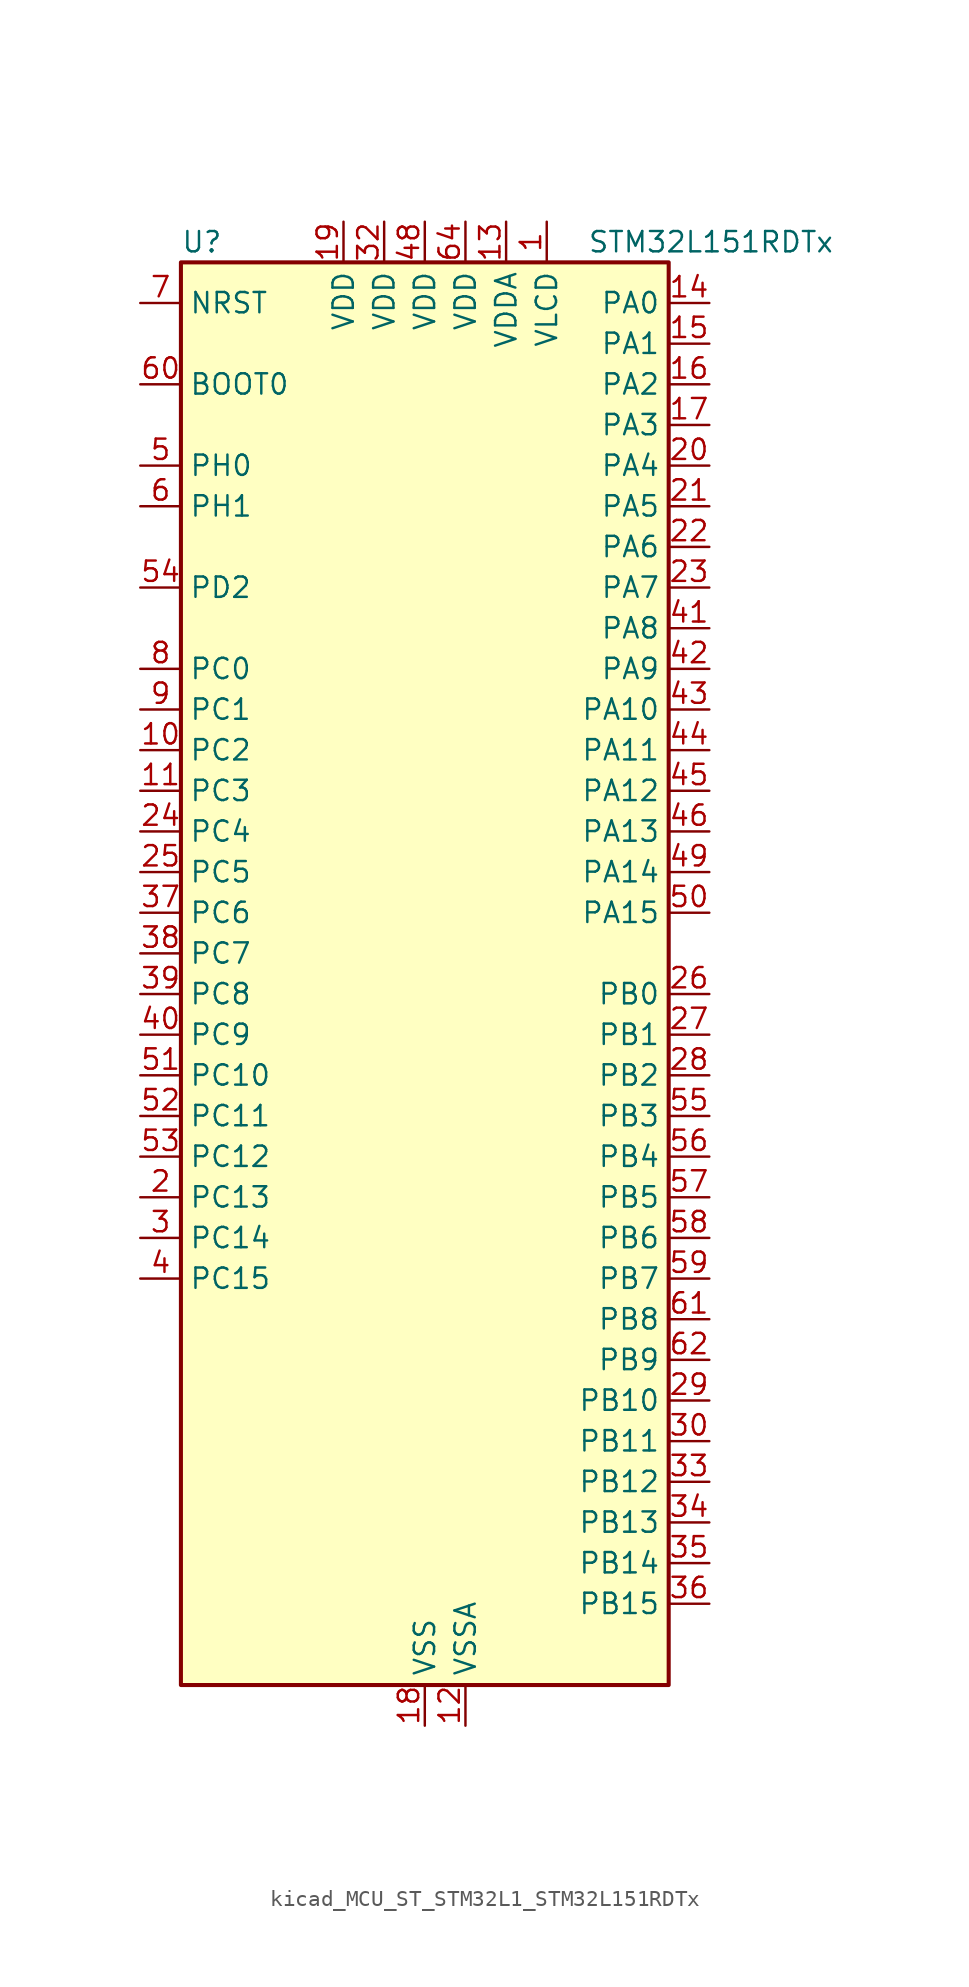
<source format=kicad_sym>
(kicad_symbol_lib
  (version 20220914)
  (generator kicad_symbol_editor)
  (symbol "kicad_MCU_ST_STM32L1_STM32L151RDTx"
    (property "Reference" "U"
      (at -15.24 46.99 0)
      (effects (font (size 1.27 1.27)) (justify left)))
    (property "Value" "STM32L151RDTx"
      (at 10.16 46.99 0)
      (effects (font (size 1.27 1.27)) (justify left)))
    (property "ki_locked" ""
      (at 0 0 0)
      (effects (font (size 1.27 1.27))))
    (symbol "kicad_MCU_ST_STM32L1_STM32L151RDTx_0_1"
      (rectangle (start -15.24 -43.18) (end 15.24 45.72) (stroke (width 0.254) (type default)) (fill (type background))))
    (symbol "kicad_MCU_ST_STM32L1_STM32L151RDTx_1_1"
      (pin power_in line (at 7.62 48.26 270) (length 2.54) (name "VLCD" (effects (font (size 1.27 1.27)))) (number "1" (effects (font (size 1.27 1.27)))))
      (pin bidirectional line (at -17.78 15.24 0) (length 2.54) (name "PC2" (effects (font (size 1.27 1.27)))) (number "10" (effects (font (size 1.27 1.27)))) (alternate "ADC_IN12" bidirectional line) (alternate "COMP1_INP" bidirectional line) (alternate "OPAMP3_VINM" bidirectional line) (alternate "TIMX_IC3" bidirectional line) (alternate "TS_G8_IO3" bidirectional line))
      (pin bidirectional line (at -17.78 12.7 0) (length 2.54) (name "PC3" (effects (font (size 1.27 1.27)))) (number "11" (effects (font (size 1.27 1.27)))) (alternate "ADC_IN13" bidirectional line) (alternate "COMP1_INP" bidirectional line) (alternate "OPAMP3_VOUT" bidirectional line) (alternate "TIMX_IC4" bidirectional line) (alternate "TS_G8_IO4" bidirectional line))
      (pin power_in line (at 2.54 -45.72 90) (length 2.54) (name "VSSA" (effects (font (size 1.27 1.27)))) (number "12" (effects (font (size 1.27 1.27)))))
      (pin power_in line (at 5.08 48.26 270) (length 2.54) (name "VDDA" (effects (font (size 1.27 1.27)))) (number "13" (effects (font (size 1.27 1.27)))))
      (pin bidirectional line (at 17.78 43.18 180) (length 2.54) (name "PA0" (effects (font (size 1.27 1.27)))) (number "14" (effects (font (size 1.27 1.27)))) (alternate "ADC_IN0" bidirectional line) (alternate "COMP1_INP" bidirectional line) (alternate "RTC_TAMP2" bidirectional line) (alternate "SYS_WKUP1" bidirectional line) (alternate "TIM2_CH1" bidirectional line) (alternate "TIM2_ETR" bidirectional line) (alternate "TIM5_CH1" bidirectional line) (alternate "TIMX_IC1" bidirectional line) (alternate "TS_G1_IO1" bidirectional line) (alternate "USART2_CTS" bidirectional line))
      (pin bidirectional line (at 17.78 40.64 180) (length 2.54) (name "PA1" (effects (font (size 1.27 1.27)))) (number "15" (effects (font (size 1.27 1.27)))) (alternate "ADC_IN1" bidirectional line) (alternate "COMP1_INP" bidirectional line) (alternate "OPAMP1_VINP" bidirectional line) (alternate "TIM2_CH2" bidirectional line) (alternate "TIM5_CH2" bidirectional line) (alternate "TIMX_IC2" bidirectional line) (alternate "TS_G1_IO2" bidirectional line) (alternate "USART2_RTS" bidirectional line))
      (pin bidirectional line (at 17.78 38.1 180) (length 2.54) (name "PA2" (effects (font (size 1.27 1.27)))) (number "16" (effects (font (size 1.27 1.27)))) (alternate "ADC_IN2" bidirectional line) (alternate "COMP1_INP" bidirectional line) (alternate "OPAMP1_VINM" bidirectional line) (alternate "TIM2_CH3" bidirectional line) (alternate "TIM5_CH3" bidirectional line) (alternate "TIM9_CH1" bidirectional line) (alternate "TIMX_IC3" bidirectional line) (alternate "TS_G1_IO3" bidirectional line) (alternate "USART2_TX" bidirectional line))
      (pin bidirectional line (at 17.78 35.56 180) (length 2.54) (name "PA3" (effects (font (size 1.27 1.27)))) (number "17" (effects (font (size 1.27 1.27)))) (alternate "ADC_IN3" bidirectional line) (alternate "COMP1_INP" bidirectional line) (alternate "OPAMP1_VOUT" bidirectional line) (alternate "TIM2_CH4" bidirectional line) (alternate "TIM5_CH4" bidirectional line) (alternate "TIM9_CH2" bidirectional line) (alternate "TIMX_IC4" bidirectional line) (alternate "TS_G1_IO4" bidirectional line) (alternate "USART2_RX" bidirectional line))
      (pin power_in line (at 0 -45.72 90) (length 2.54) (name "VSS" (effects (font (size 1.27 1.27)))) (number "18" (effects (font (size 1.27 1.27)))))
      (pin power_in line (at -5.08 48.26 270) (length 2.54) (name "VDD" (effects (font (size 1.27 1.27)))) (number "19" (effects (font (size 1.27 1.27)))))
      (pin bidirectional line (at -17.78 -12.7 0) (length 2.54) (name "PC13" (effects (font (size 1.27 1.27)))) (number "2" (effects (font (size 1.27 1.27)))) (alternate "RTC_OUT_ALARM" bidirectional line) (alternate "RTC_OUT_CALIB" bidirectional line) (alternate "RTC_TAMP1" bidirectional line) (alternate "RTC_TS" bidirectional line) (alternate "SYS_WKUP2" bidirectional line) (alternate "TIMX_IC2" bidirectional line))
      (pin bidirectional line (at 17.78 33.02 180) (length 2.54) (name "PA4" (effects (font (size 1.27 1.27)))) (number "20" (effects (font (size 1.27 1.27)))) (alternate "ADC_IN4" bidirectional line) (alternate "COMP1_INP" bidirectional line) (alternate "DAC_OUT1" bidirectional line) (alternate "I2S3_WS" bidirectional line) (alternate "SPI1_NSS" bidirectional line) (alternate "SPI3_NSS" bidirectional line) (alternate "TIMX_IC1" bidirectional line) (alternate "USART2_CK" bidirectional line))
      (pin bidirectional line (at 17.78 30.48 180) (length 2.54) (name "PA5" (effects (font (size 1.27 1.27)))) (number "21" (effects (font (size 1.27 1.27)))) (alternate "ADC_IN5" bidirectional line) (alternate "COMP1_INP" bidirectional line) (alternate "DAC_OUT2" bidirectional line) (alternate "SPI1_SCK" bidirectional line) (alternate "TIM2_CH1" bidirectional line) (alternate "TIM2_ETR" bidirectional line) (alternate "TIMX_IC2" bidirectional line))
      (pin bidirectional line (at 17.78 27.94 180) (length 2.54) (name "PA6" (effects (font (size 1.27 1.27)))) (number "22" (effects (font (size 1.27 1.27)))) (alternate "ADC_IN6" bidirectional line) (alternate "COMP1_INP" bidirectional line) (alternate "OPAMP2_VINP" bidirectional line) (alternate "SPI1_MISO" bidirectional line) (alternate "TIM10_CH1" bidirectional line) (alternate "TIM3_CH1" bidirectional line) (alternate "TIMX_IC3" bidirectional line) (alternate "TS_G2_IO1" bidirectional line))
      (pin bidirectional line (at 17.78 25.4 180) (length 2.54) (name "PA7" (effects (font (size 1.27 1.27)))) (number "23" (effects (font (size 1.27 1.27)))) (alternate "ADC_IN7" bidirectional line) (alternate "COMP1_INP" bidirectional line) (alternate "OPAMP2_VINM" bidirectional line) (alternate "SPI1_MOSI" bidirectional line) (alternate "TIM11_CH1" bidirectional line) (alternate "TIM3_CH2" bidirectional line) (alternate "TIMX_IC4" bidirectional line) (alternate "TS_G2_IO2" bidirectional line))
      (pin bidirectional line (at -17.78 10.16 0) (length 2.54) (name "PC4" (effects (font (size 1.27 1.27)))) (number "24" (effects (font (size 1.27 1.27)))) (alternate "ADC_IN14" bidirectional line) (alternate "COMP1_INP" bidirectional line) (alternate "TIMX_IC1" bidirectional line) (alternate "TS_G9_IO1" bidirectional line))
      (pin bidirectional line (at -17.78 7.62 0) (length 2.54) (name "PC5" (effects (font (size 1.27 1.27)))) (number "25" (effects (font (size 1.27 1.27)))) (alternate "ADC_IN15" bidirectional line) (alternate "COMP1_INP" bidirectional line) (alternate "TIMX_IC2" bidirectional line) (alternate "TS_G9_IO2" bidirectional line))
      (pin bidirectional line (at 17.78 0 180) (length 2.54) (name "PB0" (effects (font (size 1.27 1.27)))) (number "26" (effects (font (size 1.27 1.27)))) (alternate "ADC_IN8" bidirectional line) (alternate "COMP1_INP" bidirectional line) (alternate "OPAMP2_VOUT" bidirectional line) (alternate "SYS_V_REF_OUT" bidirectional line) (alternate "TIM3_CH3" bidirectional line) (alternate "TS_G3_IO1" bidirectional line))
      (pin bidirectional line (at 17.78 -2.54 180) (length 2.54) (name "PB1" (effects (font (size 1.27 1.27)))) (number "27" (effects (font (size 1.27 1.27)))) (alternate "ADC_IN9" bidirectional line) (alternate "COMP1_INP" bidirectional line) (alternate "SYS_V_REF_OUT" bidirectional line) (alternate "TIM3_CH4" bidirectional line) (alternate "TS_G3_IO2" bidirectional line))
      (pin bidirectional line (at 17.78 -5.08 180) (length 2.54) (name "PB2" (effects (font (size 1.27 1.27)))) (number "28" (effects (font (size 1.27 1.27)))) (alternate "TS_G3_IO3" bidirectional line))
      (pin bidirectional line (at 17.78 -25.4 180) (length 2.54) (name "PB10" (effects (font (size 1.27 1.27)))) (number "29" (effects (font (size 1.27 1.27)))) (alternate "I2C2_SCL" bidirectional line) (alternate "TIM2_CH3" bidirectional line) (alternate "USART3_TX" bidirectional line))
      (pin bidirectional line (at -17.78 -15.24 0) (length 2.54) (name "PC14" (effects (font (size 1.27 1.27)))) (number "3" (effects (font (size 1.27 1.27)))) (alternate "RCC_OSC32_IN" bidirectional line) (alternate "TIMX_IC3" bidirectional line))
      (pin bidirectional line (at 17.78 -27.94 180) (length 2.54) (name "PB11" (effects (font (size 1.27 1.27)))) (number "30" (effects (font (size 1.27 1.27)))) (alternate "ADC_EXTI11" bidirectional line) (alternate "I2C2_SDA" bidirectional line) (alternate "TIM2_CH4" bidirectional line) (alternate "USART3_RX" bidirectional line))
      (pin passive line (at 0 -45.72 90) (length 2.54) hide (name "VSS" (effects (font (size 1.27 1.27)))) (number "31" (effects (font (size 1.27 1.27)))))
      (pin power_in line (at -2.54 48.26 270) (length 2.54) (name "VDD" (effects (font (size 1.27 1.27)))) (number "32" (effects (font (size 1.27 1.27)))))
      (pin bidirectional line (at 17.78 -30.48 180) (length 2.54) (name "PB12" (effects (font (size 1.27 1.27)))) (number "33" (effects (font (size 1.27 1.27)))) (alternate "ADC_IN18" bidirectional line) (alternate "COMP1_INP" bidirectional line) (alternate "I2C2_SMBA" bidirectional line) (alternate "I2S2_WS" bidirectional line) (alternate "SPI2_NSS" bidirectional line) (alternate "TIM10_CH1" bidirectional line) (alternate "TS_G7_IO1" bidirectional line) (alternate "USART3_CK" bidirectional line))
      (pin bidirectional line (at 17.78 -33.02 180) (length 2.54) (name "PB13" (effects (font (size 1.27 1.27)))) (number "34" (effects (font (size 1.27 1.27)))) (alternate "ADC_IN19" bidirectional line) (alternate "COMP1_INP" bidirectional line) (alternate "I2S2_CK" bidirectional line) (alternate "SPI2_SCK" bidirectional line) (alternate "TIM9_CH1" bidirectional line) (alternate "TS_G7_IO2" bidirectional line) (alternate "USART3_CTS" bidirectional line))
      (pin bidirectional line (at 17.78 -35.56 180) (length 2.54) (name "PB14" (effects (font (size 1.27 1.27)))) (number "35" (effects (font (size 1.27 1.27)))) (alternate "ADC_IN20" bidirectional line) (alternate "COMP1_INP" bidirectional line) (alternate "SPI2_MISO" bidirectional line) (alternate "TIM9_CH2" bidirectional line) (alternate "TS_G7_IO3" bidirectional line) (alternate "USART3_RTS" bidirectional line))
      (pin bidirectional line (at 17.78 -38.1 180) (length 2.54) (name "PB15" (effects (font (size 1.27 1.27)))) (number "36" (effects (font (size 1.27 1.27)))) (alternate "ADC_EXTI15" bidirectional line) (alternate "ADC_IN21" bidirectional line) (alternate "COMP1_INP" bidirectional line) (alternate "I2S2_SD" bidirectional line) (alternate "RTC_REFIN" bidirectional line) (alternate "SPI2_MOSI" bidirectional line) (alternate "TIM11_CH1" bidirectional line) (alternate "TS_G7_IO4" bidirectional line))
      (pin bidirectional line (at -17.78 5.08 0) (length 2.54) (name "PC6" (effects (font (size 1.27 1.27)))) (number "37" (effects (font (size 1.27 1.27)))) (alternate "I2S2_MCK" bidirectional line) (alternate "SDIO_D6" bidirectional line) (alternate "TIM3_CH1" bidirectional line) (alternate "TIMX_IC3" bidirectional line) (alternate "TS_G10_IO1" bidirectional line))
      (pin bidirectional line (at -17.78 2.54 0) (length 2.54) (name "PC7" (effects (font (size 1.27 1.27)))) (number "38" (effects (font (size 1.27 1.27)))) (alternate "I2S3_MCK" bidirectional line) (alternate "SDIO_D7" bidirectional line) (alternate "TIM3_CH2" bidirectional line) (alternate "TIMX_IC4" bidirectional line) (alternate "TS_G10_IO2" bidirectional line))
      (pin bidirectional line (at -17.78 0 0) (length 2.54) (name "PC8" (effects (font (size 1.27 1.27)))) (number "39" (effects (font (size 1.27 1.27)))) (alternate "SDIO_D0" bidirectional line) (alternate "TIM3_CH3" bidirectional line) (alternate "TIMX_IC1" bidirectional line) (alternate "TS_G10_IO3" bidirectional line))
      (pin bidirectional line (at -17.78 -17.78 0) (length 2.54) (name "PC15" (effects (font (size 1.27 1.27)))) (number "4" (effects (font (size 1.27 1.27)))) (alternate "ADC_EXTI15" bidirectional line) (alternate "RCC_OSC32_OUT" bidirectional line) (alternate "TIMX_IC4" bidirectional line))
      (pin bidirectional line (at -17.78 -2.54 0) (length 2.54) (name "PC9" (effects (font (size 1.27 1.27)))) (number "40" (effects (font (size 1.27 1.27)))) (alternate "DAC_EXTI9" bidirectional line) (alternate "SDIO_D1" bidirectional line) (alternate "TIM3_CH4" bidirectional line) (alternate "TIMX_IC2" bidirectional line) (alternate "TS_G10_IO4" bidirectional line))
      (pin bidirectional line (at 17.78 22.86 180) (length 2.54) (name "PA8" (effects (font (size 1.27 1.27)))) (number "41" (effects (font (size 1.27 1.27)))) (alternate "RCC_MCO" bidirectional line) (alternate "TIMX_IC1" bidirectional line) (alternate "TS_G4_IO1" bidirectional line) (alternate "USART1_CK" bidirectional line))
      (pin bidirectional line (at 17.78 20.32 180) (length 2.54) (name "PA9" (effects (font (size 1.27 1.27)))) (number "42" (effects (font (size 1.27 1.27)))) (alternate "DAC_EXTI9" bidirectional line) (alternate "TIMX_IC2" bidirectional line) (alternate "TS_G4_IO2" bidirectional line) (alternate "USART1_TX" bidirectional line))
      (pin bidirectional line (at 17.78 17.78 180) (length 2.54) (name "PA10" (effects (font (size 1.27 1.27)))) (number "43" (effects (font (size 1.27 1.27)))) (alternate "TIMX_IC3" bidirectional line) (alternate "TS_G4_IO3" bidirectional line) (alternate "USART1_RX" bidirectional line))
      (pin bidirectional line (at 17.78 15.24 180) (length 2.54) (name "PA11" (effects (font (size 1.27 1.27)))) (number "44" (effects (font (size 1.27 1.27)))) (alternate "ADC_EXTI11" bidirectional line) (alternate "SPI1_MISO" bidirectional line) (alternate "TIMX_IC4" bidirectional line) (alternate "USART1_CTS" bidirectional line) (alternate "USB_DM" bidirectional line))
      (pin bidirectional line (at 17.78 12.7 180) (length 2.54) (name "PA12" (effects (font (size 1.27 1.27)))) (number "45" (effects (font (size 1.27 1.27)))) (alternate "SPI1_MOSI" bidirectional line) (alternate "TIMX_IC1" bidirectional line) (alternate "USART1_RTS" bidirectional line) (alternate "USB_DP" bidirectional line))
      (pin bidirectional line (at 17.78 10.16 180) (length 2.54) (name "PA13" (effects (font (size 1.27 1.27)))) (number "46" (effects (font (size 1.27 1.27)))) (alternate "SYS_JTMS-SWDIO" bidirectional line) (alternate "TIMX_IC2" bidirectional line) (alternate "TS_G5_IO1" bidirectional line))
      (pin passive line (at 0 -45.72 90) (length 2.54) hide (name "VSS" (effects (font (size 1.27 1.27)))) (number "47" (effects (font (size 1.27 1.27)))))
      (pin power_in line (at 0 48.26 270) (length 2.54) (name "VDD" (effects (font (size 1.27 1.27)))) (number "48" (effects (font (size 1.27 1.27)))))
      (pin bidirectional line (at 17.78 7.62 180) (length 2.54) (name "PA14" (effects (font (size 1.27 1.27)))) (number "49" (effects (font (size 1.27 1.27)))) (alternate "SYS_JTCK-SWCLK" bidirectional line) (alternate "TIMX_IC3" bidirectional line) (alternate "TS_G5_IO2" bidirectional line))
      (pin bidirectional line (at -17.78 33.02 0) (length 2.54) (name "PH0" (effects (font (size 1.27 1.27)))) (number "5" (effects (font (size 1.27 1.27)))) (alternate "RCC_OSC_IN" bidirectional line))
      (pin bidirectional line (at 17.78 5.08 180) (length 2.54) (name "PA15" (effects (font (size 1.27 1.27)))) (number "50" (effects (font (size 1.27 1.27)))) (alternate "ADC_EXTI15" bidirectional line) (alternate "I2S3_WS" bidirectional line) (alternate "SPI1_NSS" bidirectional line) (alternate "SPI3_NSS" bidirectional line) (alternate "SYS_JTDI" bidirectional line) (alternate "TIM2_CH1" bidirectional line) (alternate "TIM2_ETR" bidirectional line) (alternate "TIMX_IC4" bidirectional line) (alternate "TS_G5_IO3" bidirectional line))
      (pin bidirectional line (at -17.78 -5.08 0) (length 2.54) (name "PC10" (effects (font (size 1.27 1.27)))) (number "51" (effects (font (size 1.27 1.27)))) (alternate "I2S3_CK" bidirectional line) (alternate "SDIO_D2" bidirectional line) (alternate "SPI3_SCK" bidirectional line) (alternate "TIMX_IC3" bidirectional line) (alternate "UART4_TX" bidirectional line) (alternate "USART3_TX" bidirectional line))
      (pin bidirectional line (at -17.78 -7.62 0) (length 2.54) (name "PC11" (effects (font (size 1.27 1.27)))) (number "52" (effects (font (size 1.27 1.27)))) (alternate "ADC_EXTI11" bidirectional line) (alternate "SDIO_D3" bidirectional line) (alternate "SPI3_MISO" bidirectional line) (alternate "TIMX_IC4" bidirectional line) (alternate "UART4_RX" bidirectional line) (alternate "USART3_RX" bidirectional line))
      (pin bidirectional line (at -17.78 -10.16 0) (length 2.54) (name "PC12" (effects (font (size 1.27 1.27)))) (number "53" (effects (font (size 1.27 1.27)))) (alternate "I2S3_SD" bidirectional line) (alternate "SDIO_CK" bidirectional line) (alternate "SPI3_MOSI" bidirectional line) (alternate "TIMX_IC1" bidirectional line) (alternate "UART5_TX" bidirectional line) (alternate "USART3_CK" bidirectional line))
      (pin bidirectional line (at -17.78 25.4 0) (length 2.54) (name "PD2" (effects (font (size 1.27 1.27)))) (number "54" (effects (font (size 1.27 1.27)))) (alternate "SDIO_CMD" bidirectional line) (alternate "TIM3_ETR" bidirectional line) (alternate "TIMX_IC3" bidirectional line) (alternate "UART5_RX" bidirectional line))
      (pin bidirectional line (at 17.78 -7.62 180) (length 2.54) (name "PB3" (effects (font (size 1.27 1.27)))) (number "55" (effects (font (size 1.27 1.27)))) (alternate "COMP2_INM" bidirectional line) (alternate "I2S3_CK" bidirectional line) (alternate "SPI1_SCK" bidirectional line) (alternate "SPI3_SCK" bidirectional line) (alternate "SYS_JTDO-TRACESWO" bidirectional line) (alternate "TIM2_CH2" bidirectional line))
      (pin bidirectional line (at 17.78 -10.16 180) (length 2.54) (name "PB4" (effects (font (size 1.27 1.27)))) (number "56" (effects (font (size 1.27 1.27)))) (alternate "COMP2_INP" bidirectional line) (alternate "SPI1_MISO" bidirectional line) (alternate "SPI3_MISO" bidirectional line) (alternate "SYS_JTRST" bidirectional line) (alternate "TIM3_CH1" bidirectional line) (alternate "TS_G6_IO1" bidirectional line))
      (pin bidirectional line (at 17.78 -12.7 180) (length 2.54) (name "PB5" (effects (font (size 1.27 1.27)))) (number "57" (effects (font (size 1.27 1.27)))) (alternate "COMP2_INP" bidirectional line) (alternate "I2C1_SMBA" bidirectional line) (alternate "I2S3_SD" bidirectional line) (alternate "SPI1_MOSI" bidirectional line) (alternate "SPI3_MOSI" bidirectional line) (alternate "TIM3_CH2" bidirectional line) (alternate "TS_G6_IO2" bidirectional line))
      (pin bidirectional line (at 17.78 -15.24 180) (length 2.54) (name "PB6" (effects (font (size 1.27 1.27)))) (number "58" (effects (font (size 1.27 1.27)))) (alternate "COMP2_INP" bidirectional line) (alternate "I2C1_SCL" bidirectional line) (alternate "TIM4_CH1" bidirectional line) (alternate "TS_G6_IO3" bidirectional line) (alternate "USART1_TX" bidirectional line))
      (pin bidirectional line (at 17.78 -17.78 180) (length 2.54) (name "PB7" (effects (font (size 1.27 1.27)))) (number "59" (effects (font (size 1.27 1.27)))) (alternate "COMP2_INP" bidirectional line) (alternate "I2C1_SDA" bidirectional line) (alternate "SYS_PVD_IN" bidirectional line) (alternate "TIM4_CH2" bidirectional line) (alternate "TS_G6_IO4" bidirectional line) (alternate "USART1_RX" bidirectional line))
      (pin bidirectional line (at -17.78 30.48 0) (length 2.54) (name "PH1" (effects (font (size 1.27 1.27)))) (number "6" (effects (font (size 1.27 1.27)))) (alternate "RCC_OSC_OUT" bidirectional line))
      (pin input line (at -17.78 38.1 0) (length 2.54) (name "BOOT0" (effects (font (size 1.27 1.27)))) (number "60" (effects (font (size 1.27 1.27)))))
      (pin bidirectional line (at 17.78 -20.32 180) (length 2.54) (name "PB8" (effects (font (size 1.27 1.27)))) (number "61" (effects (font (size 1.27 1.27)))) (alternate "I2C1_SCL" bidirectional line) (alternate "SDIO_D4" bidirectional line) (alternate "TIM10_CH1" bidirectional line) (alternate "TIM4_CH3" bidirectional line))
      (pin bidirectional line (at 17.78 -22.86 180) (length 2.54) (name "PB9" (effects (font (size 1.27 1.27)))) (number "62" (effects (font (size 1.27 1.27)))) (alternate "DAC_EXTI9" bidirectional line) (alternate "I2C1_SDA" bidirectional line) (alternate "SDIO_D5" bidirectional line) (alternate "TIM11_CH1" bidirectional line) (alternate "TIM4_CH4" bidirectional line))
      (pin passive line (at 0 -45.72 90) (length 2.54) hide (name "VSS" (effects (font (size 1.27 1.27)))) (number "63" (effects (font (size 1.27 1.27)))))
      (pin power_in line (at 2.54 48.26 270) (length 2.54) (name "VDD" (effects (font (size 1.27 1.27)))) (number "64" (effects (font (size 1.27 1.27)))))
      (pin input line (at -17.78 43.18 0) (length 2.54) (name "NRST" (effects (font (size 1.27 1.27)))) (number "7" (effects (font (size 1.27 1.27)))))
      (pin bidirectional line (at -17.78 20.32 0) (length 2.54) (name "PC0" (effects (font (size 1.27 1.27)))) (number "8" (effects (font (size 1.27 1.27)))) (alternate "ADC_IN10" bidirectional line) (alternate "COMP1_INP" bidirectional line) (alternate "TIMX_IC1" bidirectional line) (alternate "TS_G8_IO1" bidirectional line))
      (pin bidirectional line (at -17.78 17.78 0) (length 2.54) (name "PC1" (effects (font (size 1.27 1.27)))) (number "9" (effects (font (size 1.27 1.27)))) (alternate "ADC_IN11" bidirectional line) (alternate "COMP1_INP" bidirectional line) (alternate "OPAMP3_VINP" bidirectional line) (alternate "TIMX_IC2" bidirectional line) (alternate "TS_G8_IO2" bidirectional line)))))
</source>
